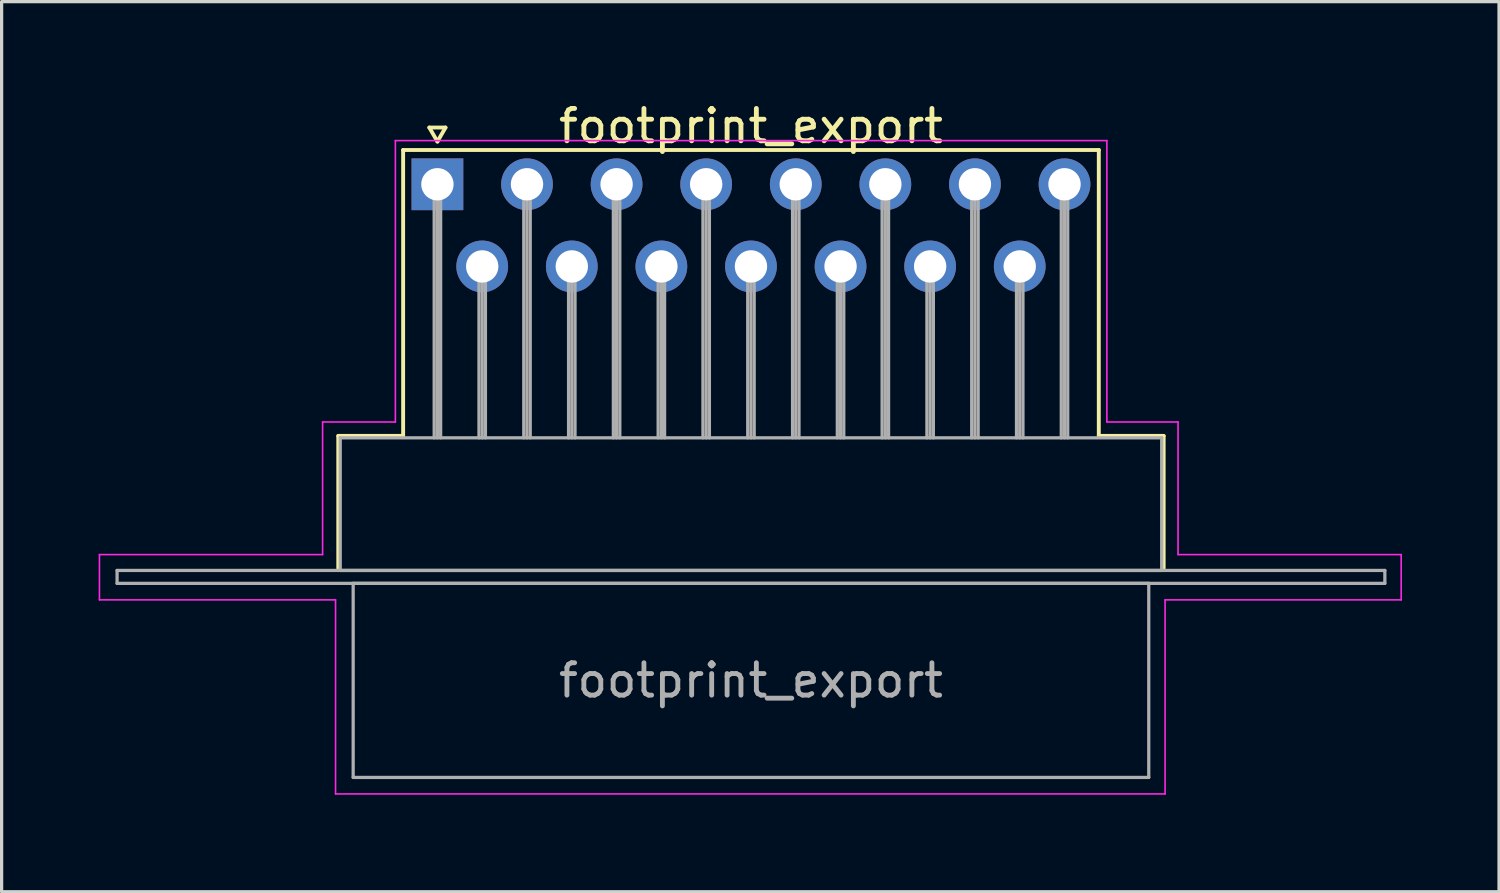
<source format=kicad_pcb>
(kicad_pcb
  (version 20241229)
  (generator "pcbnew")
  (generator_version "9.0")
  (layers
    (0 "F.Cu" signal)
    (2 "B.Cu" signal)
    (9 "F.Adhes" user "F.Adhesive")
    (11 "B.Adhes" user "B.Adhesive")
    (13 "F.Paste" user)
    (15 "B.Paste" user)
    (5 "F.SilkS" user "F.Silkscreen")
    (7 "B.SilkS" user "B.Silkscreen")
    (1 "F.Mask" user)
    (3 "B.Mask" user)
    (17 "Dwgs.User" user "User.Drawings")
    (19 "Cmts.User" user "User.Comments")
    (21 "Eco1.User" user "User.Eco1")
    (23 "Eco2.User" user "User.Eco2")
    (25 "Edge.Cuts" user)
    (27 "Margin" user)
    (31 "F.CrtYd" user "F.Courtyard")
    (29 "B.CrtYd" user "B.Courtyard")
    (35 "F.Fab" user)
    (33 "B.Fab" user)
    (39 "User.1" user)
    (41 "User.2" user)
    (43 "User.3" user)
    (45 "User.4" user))
  (footprint "footprint_export"
    (layer "F.Cu")
    (at 10.475 2.648)
    (property "Reference" "footprint_export" (at 9.695 -1.8 0) (layer "F.SilkS") (effects (font (size 1 1) (thickness 0.15))))
    (attr through_hole)
    (fp_line (start -3.065 7.78) (end -1.06 7.78) (stroke (width 0.12) (type solid)) (layer "F.SilkS"))
    (fp_line (start -3.065 11.88) (end -3.065 7.78) (stroke (width 0.12) (type solid)) (layer "F.SilkS"))
    (fp_line (start -1.06 -1.06) (end 20.45 -1.06) (stroke (width 0.12) (type solid)) (layer "F.SilkS"))
    (fp_line (start -1.06 7.78) (end -1.06 -1.06) (stroke (width 0.12) (type solid)) (layer "F.SilkS"))
    (fp_line (start -0.25 -1.754) (end 0.25 -1.754) (stroke (width 0.12) (type solid)) (layer "F.SilkS"))
    (fp_line (start 0 -1.321) (end -0.25 -1.754) (stroke (width 0.12) (type solid)) (layer "F.SilkS"))
    (fp_line (start 0.25 -1.754) (end 0 -1.321) (stroke (width 0.12) (type solid)) (layer "F.SilkS"))
    (fp_line (start 20.45 -1.06) (end 20.45 7.78) (stroke (width 0.12) (type solid)) (layer "F.SilkS"))
    (fp_line (start 20.45 7.78) (end 22.455 7.78) (stroke (width 0.12) (type solid)) (layer "F.SilkS"))
    (fp_line (start 22.455 7.78) (end 22.455 11.88) (stroke (width 0.12) (type solid)) (layer "F.SilkS"))
    (fp_line (start -10.45 11.45) (end -3.55 11.45) (stroke (width 0.05) (type solid)) (layer "F.CrtYd"))
    (fp_line (start -10.45 12.85) (end -10.45 11.45) (stroke (width 0.05) (type solid)) (layer "F.CrtYd"))
    (fp_line (start -3.55 7.35) (end -1.3 7.35) (stroke (width 0.05) (type solid)) (layer "F.CrtYd"))
    (fp_line (start -3.55 11.45) (end -3.55 7.35) (stroke (width 0.05) (type solid)) (layer "F.CrtYd"))
    (fp_line (start -3.15 12.85) (end -10.45 12.85) (stroke (width 0.05) (type solid)) (layer "F.CrtYd"))
    (fp_line (start -3.15 18.85) (end -3.15 12.85) (stroke (width 0.05) (type solid)) (layer "F.CrtYd"))
    (fp_line (start -1.3 -1.35) (end 20.7 -1.35) (stroke (width 0.05) (type solid)) (layer "F.CrtYd"))
    (fp_line (start -1.3 7.35) (end -1.3 -1.35) (stroke (width 0.05) (type solid)) (layer "F.CrtYd"))
    (fp_line (start 20.7 -1.35) (end 20.7 7.35) (stroke (width 0.05) (type solid)) (layer "F.CrtYd"))
    (fp_line (start 20.7 7.35) (end 22.9 7.35) (stroke (width 0.05) (type solid)) (layer "F.CrtYd"))
    (fp_line (start 22.5 12.85) (end 22.5 18.85) (stroke (width 0.05) (type solid)) (layer "F.CrtYd"))
    (fp_line (start 22.5 18.85) (end -3.15 18.85) (stroke (width 0.05) (type solid)) (layer "F.CrtYd"))
    (fp_line (start 22.9 7.35) (end 22.9 11.45) (stroke (width 0.05) (type solid)) (layer "F.CrtYd"))
    (fp_line (start 22.9 11.45) (end 29.8 11.45) (stroke (width 0.05) (type solid)) (layer "F.CrtYd"))
    (fp_line (start 29.8 11.45) (end 29.8 12.85) (stroke (width 0.05) (type solid)) (layer "F.CrtYd"))
    (fp_line (start 29.8 12.85) (end 22.5 12.85) (stroke (width 0.05) (type solid)) (layer "F.CrtYd"))
    (fp_line (start -9.905 11.94) (end -9.905 12.34) (stroke (width 0.1) (type solid)) (layer "F.Fab"))
    (fp_line (start -9.905 12.34) (end 29.295 12.34) (stroke (width 0.1) (type solid)) (layer "F.Fab"))
    (fp_line (start -3.005 7.84) (end -3.005 11.94) (stroke (width 0.1) (type solid)) (layer "F.Fab"))
    (fp_line (start -3.005 11.94) (end 22.395 11.94) (stroke (width 0.1) (type solid)) (layer "F.Fab"))
    (fp_line (start -2.605 12.34) (end -2.605 18.34) (stroke (width 0.1) (type solid)) (layer "F.Fab"))
    (fp_line (start -2.605 18.34) (end 21.995 18.34) (stroke (width 0.1) (type solid)) (layer "F.Fab"))
    (fp_line (start -0.1 0) (end -0.1 7.84) (stroke (width 0.1) (type solid)) (layer "F.Fab"))
    (fp_line (start 0 0) (end 0 7.84) (stroke (width 0.1) (type solid)) (layer "F.Fab"))
    (fp_line (start 0.1 0) (end 0.1 7.84) (stroke (width 0.1) (type solid)) (layer "F.Fab"))
    (fp_line (start 1.285 2.54) (end 1.285 7.84) (stroke (width 0.1) (type solid)) (layer "F.Fab"))
    (fp_line (start 1.385 2.54) (end 1.385 7.84) (stroke (width 0.1) (type solid)) (layer "F.Fab"))
    (fp_line (start 1.485 2.54) (end 1.485 7.84) (stroke (width 0.1) (type solid)) (layer "F.Fab"))
    (fp_line (start 2.67 0) (end 2.67 7.84) (stroke (width 0.1) (type solid)) (layer "F.Fab"))
    (fp_line (start 2.77 0) (end 2.77 7.84) (stroke (width 0.1) (type solid)) (layer "F.Fab"))
    (fp_line (start 2.87 0) (end 2.87 7.84) (stroke (width 0.1) (type solid)) (layer "F.Fab"))
    (fp_line (start 4.055 2.54) (end 4.055 7.84) (stroke (width 0.1) (type solid)) (layer "F.Fab"))
    (fp_line (start 4.155 2.54) (end 4.155 7.84) (stroke (width 0.1) (type solid)) (layer "F.Fab"))
    (fp_line (start 4.255 2.54) (end 4.255 7.84) (stroke (width 0.1) (type solid)) (layer "F.Fab"))
    (fp_line (start 5.44 0) (end 5.44 7.84) (stroke (width 0.1) (type solid)) (layer "F.Fab"))
    (fp_line (start 5.54 0) (end 5.54 7.84) (stroke (width 0.1) (type solid)) (layer "F.Fab"))
    (fp_line (start 5.64 0) (end 5.64 7.84) (stroke (width 0.1) (type solid)) (layer "F.Fab"))
    (fp_line (start 6.825 2.54) (end 6.825 7.84) (stroke (width 0.1) (type solid)) (layer "F.Fab"))
    (fp_line (start 6.925 2.54) (end 6.925 7.84) (stroke (width 0.1) (type solid)) (layer "F.Fab"))
    (fp_line (start 7.025 2.54) (end 7.025 7.84) (stroke (width 0.1) (type solid)) (layer "F.Fab"))
    (fp_line (start 8.21 0) (end 8.21 7.84) (stroke (width 0.1) (type solid)) (layer "F.Fab"))
    (fp_line (start 8.31 0) (end 8.31 7.84) (stroke (width 0.1) (type solid)) (layer "F.Fab"))
    (fp_line (start 8.41 0) (end 8.41 7.84) (stroke (width 0.1) (type solid)) (layer "F.Fab"))
    (fp_line (start 9.595 2.54) (end 9.595 7.84) (stroke (width 0.1) (type solid)) (layer "F.Fab"))
    (fp_line (start 9.695 2.54) (end 9.695 7.84) (stroke (width 0.1) (type solid)) (layer "F.Fab"))
    (fp_line (start 9.795 2.54) (end 9.795 7.84) (stroke (width 0.1) (type solid)) (layer "F.Fab"))
    (fp_line (start 10.98 0) (end 10.98 7.84) (stroke (width 0.1) (type solid)) (layer "F.Fab"))
    (fp_line (start 11.08 0) (end 11.08 7.84) (stroke (width 0.1) (type solid)) (layer "F.Fab"))
    (fp_line (start 11.18 0) (end 11.18 7.84) (stroke (width 0.1) (type solid)) (layer "F.Fab"))
    (fp_line (start 12.365 2.54) (end 12.365 7.84) (stroke (width 0.1) (type solid)) (layer "F.Fab"))
    (fp_line (start 12.465 2.54) (end 12.465 7.84) (stroke (width 0.1) (type solid)) (layer "F.Fab"))
    (fp_line (start 12.565 2.54) (end 12.565 7.84) (stroke (width 0.1) (type solid)) (layer "F.Fab"))
    (fp_line (start 13.75 0) (end 13.75 7.84) (stroke (width 0.1) (type solid)) (layer "F.Fab"))
    (fp_line (start 13.85 0) (end 13.85 7.84) (stroke (width 0.1) (type solid)) (layer "F.Fab"))
    (fp_line (start 13.95 0) (end 13.95 7.84) (stroke (width 0.1) (type solid)) (layer "F.Fab"))
    (fp_line (start 15.135 2.54) (end 15.135 7.84) (stroke (width 0.1) (type solid)) (layer "F.Fab"))
    (fp_line (start 15.235 2.54) (end 15.235 7.84) (stroke (width 0.1) (type solid)) (layer "F.Fab"))
    (fp_line (start 15.335 2.54) (end 15.335 7.84) (stroke (width 0.1) (type solid)) (layer "F.Fab"))
    (fp_line (start 16.52 0) (end 16.52 7.84) (stroke (width 0.1) (type solid)) (layer "F.Fab"))
    (fp_line (start 16.62 0) (end 16.62 7.84) (stroke (width 0.1) (type solid)) (layer "F.Fab"))
    (fp_line (start 16.72 0) (end 16.72 7.84) (stroke (width 0.1) (type solid)) (layer "F.Fab"))
    (fp_line (start 17.905 2.54) (end 17.905 7.84) (stroke (width 0.1) (type solid)) (layer "F.Fab"))
    (fp_line (start 18.005 2.54) (end 18.005 7.84) (stroke (width 0.1) (type solid)) (layer "F.Fab"))
    (fp_line (start 18.105 2.54) (end 18.105 7.84) (stroke (width 0.1) (type solid)) (layer "F.Fab"))
    (fp_line (start 19.29 0) (end 19.29 7.84) (stroke (width 0.1) (type solid)) (layer "F.Fab"))
    (fp_line (start 19.39 0) (end 19.39 7.84) (stroke (width 0.1) (type solid)) (layer "F.Fab"))
    (fp_line (start 19.49 0) (end 19.49 7.84) (stroke (width 0.1) (type solid)) (layer "F.Fab"))
    (fp_line (start 21.995 12.34) (end -2.605 12.34) (stroke (width 0.1) (type solid)) (layer "F.Fab"))
    (fp_line (start 21.995 18.34) (end 21.995 12.34) (stroke (width 0.1) (type solid)) (layer "F.Fab"))
    (fp_line (start 22.395 7.84) (end -3.005 7.84) (stroke (width 0.1) (type solid)) (layer "F.Fab"))
    (fp_line (start 22.395 11.94) (end 22.395 7.84) (stroke (width 0.1) (type solid)) (layer "F.Fab"))
    (fp_line (start 29.295 11.94) (end -9.905 11.94) (stroke (width 0.1) (type solid)) (layer "F.Fab"))
    (fp_line (start 29.295 12.34) (end 29.295 11.94) (stroke (width 0.1) (type solid)) (layer "F.Fab"))
    (fp_text user "${REFERENCE}" (at 9.695 15.34 0) (layer "F.Fab") (effects (font (size 1 1) (thickness 0.15))))
    (pad "1" thru_hole rect (at 0 0) (size 1.6 1.6) (drill 1) (layers "*.Cu" "*.Mask"))
    (pad "2" thru_hole circle (at 2.77 0) (size 1.6 1.6) (drill 1) (layers "*.Cu" "*.Mask"))
    (pad "3" thru_hole circle (at 5.54 0) (size 1.6 1.6) (drill 1) (layers "*.Cu" "*.Mask"))
    (pad "4" thru_hole circle (at 8.31 0) (size 1.6 1.6) (drill 1) (layers "*.Cu" "*.Mask"))
    (pad "5" thru_hole circle (at 11.08 0) (size 1.6 1.6) (drill 1) (layers "*.Cu" "*.Mask"))
    (pad "6" thru_hole circle (at 13.85 0) (size 1.6 1.6) (drill 1) (layers "*.Cu" "*.Mask"))
    (pad "7" thru_hole circle (at 16.62 0) (size 1.6 1.6) (drill 1) (layers "*.Cu" "*.Mask"))
    (pad "8" thru_hole circle (at 19.39 0) (size 1.6 1.6) (drill 1) (layers "*.Cu" "*.Mask"))
    (pad "9" thru_hole circle (at 1.385 2.54) (size 1.6 1.6) (drill 1) (layers "*.Cu" "*.Mask"))
    (pad "10" thru_hole circle (at 4.155 2.54) (size 1.6 1.6) (drill 1) (layers "*.Cu" "*.Mask"))
    (pad "11" thru_hole circle (at 6.925 2.54) (size 1.6 1.6) (drill 1) (layers "*.Cu" "*.Mask"))
    (pad "12" thru_hole circle (at 9.695 2.54) (size 1.6 1.6) (drill 1) (layers "*.Cu" "*.Mask"))
    (pad "13" thru_hole circle (at 12.465 2.54) (size 1.6 1.6) (drill 1) (layers "*.Cu" "*.Mask"))
    (pad "14" thru_hole circle (at 15.235 2.54) (size 1.6 1.6) (drill 1) (layers "*.Cu" "*.Mask"))
    (pad "15" thru_hole circle (at 18.005 2.54) (size 1.6 1.6) (drill 1) (layers "*.Cu" "*.Mask")))
  (gr_rect
    (start -3 -3)
    (end 43.3 24.523)
    (stroke (width 0.1) (type default))
    (fill no)
    (layer "Edge.Cuts")))
</source>
